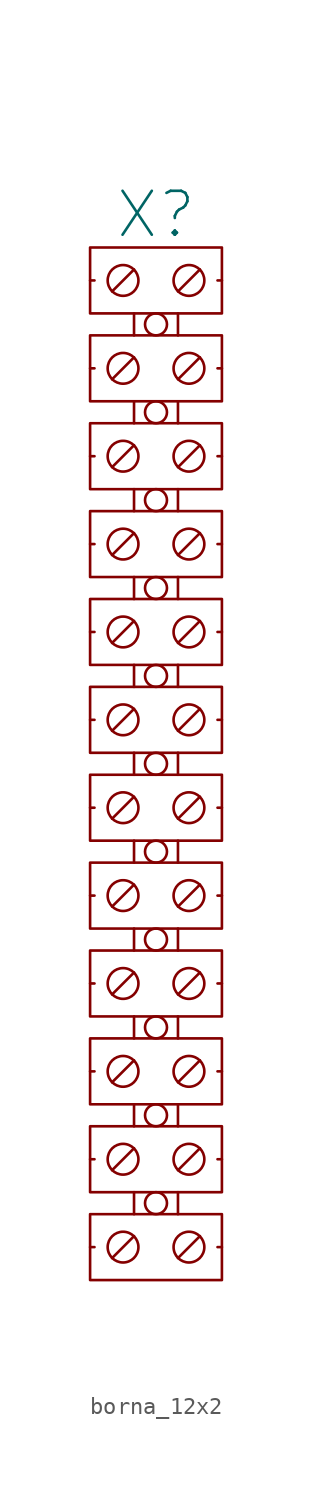
<source format=kicad_sym>
(kicad_symbol_lib
  (version 20211014)
  (generator kicad_symbol_editor)
  (symbol "borna_12x2"
    (pin_names
      (offset 1.016))
    (property "Reference" "X"
      (at 3.81 3.81 0)
      (effects (font (size 2.54 2.54))))
    (symbol "borna_12x2_0_1"
      (rectangle (start 0 -53.975) (end 7.62 -57.785) (stroke (width 0) (type default) (color 0 0 0 0)) (fill (type none)))
      (rectangle (start 0 -48.895) (end 7.62 -52.705) (stroke (width 0) (type default) (color 0 0 0 0)) (fill (type none)))
      (rectangle (start 0 -43.815) (end 7.62 -47.625) (stroke (width 0) (type default) (color 0 0 0 0)) (fill (type none)))
      (rectangle (start 0 -38.735) (end 7.62 -42.545) (stroke (width 0) (type default) (color 0 0 0 0)) (fill (type none)))
      (rectangle (start 0 -33.655) (end 7.62 -37.465) (stroke (width 0) (type default) (color 0 0 0 0)) (fill (type none)))
      (rectangle (start 0 -28.575) (end 7.62 -32.385) (stroke (width 0) (type default) (color 0 0 0 0)) (fill (type none)))
      (rectangle (start 0 -23.495) (end 7.62 -27.305) (stroke (width 0) (type default) (color 0 0 0 0)) (fill (type none)))
      (rectangle (start 0 -18.415) (end 7.62 -22.225) (stroke (width 0) (type default) (color 0 0 0 0)) (fill (type none)))
      (rectangle (start 0 -13.335) (end 7.62 -17.145) (stroke (width 0) (type default) (color 0 0 0 0)) (fill (type none)))
      (rectangle (start 0 -8.255) (end 7.62 -12.065) (stroke (width 0) (type default) (color 0 0 0 0)) (fill (type none)))
      (rectangle (start 0 -3.175) (end 7.62 -6.985) (stroke (width 0) (type default) (color 0 0 0 0)) (fill (type none)))
      (polyline (pts (xy 1.27 -56.515) (xy 2.54 -55.245)) (stroke (width 0) (type default) (color 0 0 0 0)) (fill (type none)))
      (polyline (pts (xy 1.27 -51.435) (xy 2.54 -50.165)) (stroke (width 0) (type default) (color 0 0 0 0)) (fill (type none)))
      (polyline (pts (xy 1.27 -46.355) (xy 2.54 -45.085)) (stroke (width 0) (type default) (color 0 0 0 0)) (fill (type none)))
      (polyline (pts (xy 1.27 -41.275) (xy 2.54 -40.005)) (stroke (width 0) (type default) (color 0 0 0 0)) (fill (type none)))
      (polyline (pts (xy 1.27 -36.195) (xy 2.54 -34.925)) (stroke (width 0) (type default) (color 0 0 0 0)) (fill (type none)))
      (polyline (pts (xy 1.27 -31.115) (xy 2.54 -29.845)) (stroke (width 0) (type default) (color 0 0 0 0)) (fill (type none)))
      (polyline (pts (xy 1.27 -26.035) (xy 2.54 -24.765)) (stroke (width 0) (type default) (color 0 0 0 0)) (fill (type none)))
      (polyline (pts (xy 1.27 -20.955) (xy 2.54 -19.685)) (stroke (width 0) (type default) (color 0 0 0 0)) (fill (type none)))
      (polyline (pts (xy 1.27 -15.875) (xy 2.54 -14.605)) (stroke (width 0) (type default) (color 0 0 0 0)) (fill (type none)))
      (polyline (pts (xy 1.27 -10.795) (xy 2.54 -9.525)) (stroke (width 0) (type default) (color 0 0 0 0)) (fill (type none)))
      (polyline (pts (xy 1.27 -5.715) (xy 2.54 -4.445)) (stroke (width 0) (type default) (color 0 0 0 0)) (fill (type none)))
      (polyline (pts (xy 1.27 -0.635) (xy 2.54 0.635)) (stroke (width 0) (type default) (color 0 0 0 0)) (fill (type none)))
      (polyline (pts (xy 2.54 -53.975) (xy 2.54 -52.705)) (stroke (width 0) (type default) (color 0 0 0 0)) (fill (type none)))
      (polyline (pts (xy 2.54 -48.895) (xy 2.54 -47.625)) (stroke (width 0) (type default) (color 0 0 0 0)) (fill (type none)))
      (polyline (pts (xy 2.54 -43.815) (xy 2.54 -42.545)) (stroke (width 0) (type default) (color 0 0 0 0)) (fill (type none)))
      (polyline (pts (xy 2.54 -38.735) (xy 2.54 -37.465)) (stroke (width 0) (type default) (color 0 0 0 0)) (fill (type none)))
      (polyline (pts (xy 2.54 -33.655) (xy 2.54 -32.385)) (stroke (width 0) (type default) (color 0 0 0 0)) (fill (type none)))
      (polyline (pts (xy 2.54 -28.575) (xy 2.54 -27.305)) (stroke (width 0) (type default) (color 0 0 0 0)) (fill (type none)))
      (polyline (pts (xy 2.54 -23.495) (xy 2.54 -22.225)) (stroke (width 0) (type default) (color 0 0 0 0)) (fill (type none)))
      (polyline (pts (xy 2.54 -18.415) (xy 2.54 -17.145)) (stroke (width 0) (type default) (color 0 0 0 0)) (fill (type none)))
      (polyline (pts (xy 2.54 -13.335) (xy 2.54 -12.065)) (stroke (width 0) (type default) (color 0 0 0 0)) (fill (type none)))
      (polyline (pts (xy 2.54 -8.255) (xy 2.54 -6.985)) (stroke (width 0) (type default) (color 0 0 0 0)) (fill (type none)))
      (polyline (pts (xy 2.54 -3.175) (xy 2.54 -1.905)) (stroke (width 0) (type default) (color 0 0 0 0)) (fill (type none)))
      (polyline (pts (xy 5.08 -56.515) (xy 6.35 -55.245)) (stroke (width 0) (type default) (color 0 0 0 0)) (fill (type none)))
      (polyline (pts (xy 5.08 -53.975) (xy 5.08 -52.705)) (stroke (width 0) (type default) (color 0 0 0 0)) (fill (type none)))
      (polyline (pts (xy 5.08 -51.435) (xy 6.35 -50.165)) (stroke (width 0) (type default) (color 0 0 0 0)) (fill (type none)))
      (polyline (pts (xy 5.08 -48.895) (xy 5.08 -47.625)) (stroke (width 0) (type default) (color 0 0 0 0)) (fill (type none)))
      (polyline (pts (xy 5.08 -46.355) (xy 6.35 -45.085)) (stroke (width 0) (type default) (color 0 0 0 0)) (fill (type none)))
      (polyline (pts (xy 5.08 -43.815) (xy 5.08 -42.545)) (stroke (width 0) (type default) (color 0 0 0 0)) (fill (type none)))
      (polyline (pts (xy 5.08 -41.275) (xy 6.35 -40.005)) (stroke (width 0) (type default) (color 0 0 0 0)) (fill (type none)))
      (polyline (pts (xy 5.08 -38.735) (xy 5.08 -37.465)) (stroke (width 0) (type default) (color 0 0 0 0)) (fill (type none)))
      (polyline (pts (xy 5.08 -36.195) (xy 6.35 -34.925)) (stroke (width 0) (type default) (color 0 0 0 0)) (fill (type none)))
      (polyline (pts (xy 5.08 -33.655) (xy 5.08 -32.385)) (stroke (width 0) (type default) (color 0 0 0 0)) (fill (type none)))
      (polyline (pts (xy 5.08 -31.115) (xy 6.35 -29.845)) (stroke (width 0) (type default) (color 0 0 0 0)) (fill (type none)))
      (polyline (pts (xy 5.08 -28.575) (xy 5.08 -27.305)) (stroke (width 0) (type default) (color 0 0 0 0)) (fill (type none)))
      (polyline (pts (xy 5.08 -26.035) (xy 6.35 -24.765)) (stroke (width 0) (type default) (color 0 0 0 0)) (fill (type none)))
      (polyline (pts (xy 5.08 -23.495) (xy 5.08 -22.225)) (stroke (width 0) (type default) (color 0 0 0 0)) (fill (type none)))
      (polyline (pts (xy 5.08 -20.955) (xy 6.35 -19.685)) (stroke (width 0) (type default) (color 0 0 0 0)) (fill (type none)))
      (polyline (pts (xy 5.08 -18.415) (xy 5.08 -17.145)) (stroke (width 0) (type default) (color 0 0 0 0)) (fill (type none)))
      (polyline (pts (xy 5.08 -15.875) (xy 6.35 -14.605)) (stroke (width 0) (type default) (color 0 0 0 0)) (fill (type none)))
      (polyline (pts (xy 5.08 -13.335) (xy 5.08 -12.065)) (stroke (width 0) (type default) (color 0 0 0 0)) (fill (type none)))
      (polyline (pts (xy 5.08 -10.795) (xy 6.35 -9.525)) (stroke (width 0) (type default) (color 0 0 0 0)) (fill (type none)))
      (polyline (pts (xy 5.08 -8.255) (xy 5.08 -6.985)) (stroke (width 0) (type default) (color 0 0 0 0)) (fill (type none)))
      (polyline (pts (xy 5.08 -5.715) (xy 6.35 -4.445)) (stroke (width 0) (type default) (color 0 0 0 0)) (fill (type none)))
      (polyline (pts (xy 5.08 -3.175) (xy 5.08 -1.905)) (stroke (width 0) (type default) (color 0 0 0 0)) (fill (type none)))
      (polyline (pts (xy 5.08 -0.635) (xy 6.35 0.635)) (stroke (width 0) (type default) (color 0 0 0 0)) (fill (type none)))
      (rectangle (start 0 1.905) (end 7.62 -1.905) (stroke (width 0) (type default) (color 0 0 0 0)) (fill (type none)))
      (circle (center 1.905 -55.88) (radius 0.889) (stroke (width 0) (type default) (color 0 0 0 0)) (fill (type none)))
      (circle (center 1.905 -50.8) (radius 0.889) (stroke (width 0) (type default) (color 0 0 0 0)) (fill (type none)))
      (circle (center 1.905 -45.72) (radius 0.889) (stroke (width 0) (type default) (color 0 0 0 0)) (fill (type none)))
      (circle (center 1.905 -40.64) (radius 0.889) (stroke (width 0) (type default) (color 0 0 0 0)) (fill (type none)))
      (circle (center 1.905 -35.56) (radius 0.889) (stroke (width 0) (type default) (color 0 0 0 0)) (fill (type none)))
      (circle (center 1.905 -30.48) (radius 0.889) (stroke (width 0) (type default) (color 0 0 0 0)) (fill (type none)))
      (circle (center 1.905 -25.4) (radius 0.889) (stroke (width 0) (type default) (color 0 0 0 0)) (fill (type none)))
      (circle (center 1.905 -20.32) (radius 0.889) (stroke (width 0) (type default) (color 0 0 0 0)) (fill (type none)))
      (circle (center 1.905 -15.24) (radius 0.889) (stroke (width 0) (type default) (color 0 0 0 0)) (fill (type none)))
      (circle (center 1.905 -10.16) (radius 0.889) (stroke (width 0) (type default) (color 0 0 0 0)) (fill (type none)))
      (circle (center 1.905 -5.08) (radius 0.889) (stroke (width 0) (type default) (color 0 0 0 0)) (fill (type none)))
      (circle (center 1.905 0) (radius 0.889) (stroke (width 0) (type default) (color 0 0 0 0)) (fill (type none)))
      (circle (center 3.81 -53.34) (radius 0.635) (stroke (width 0) (type default) (color 0 0 0 0)) (fill (type none)))
      (circle (center 3.81 -48.26) (radius 0.635) (stroke (width 0) (type default) (color 0 0 0 0)) (fill (type none)))
      (circle (center 3.81 -43.18) (radius 0.635) (stroke (width 0) (type default) (color 0 0 0 0)) (fill (type none)))
      (circle (center 3.81 -38.1) (radius 0.635) (stroke (width 0) (type default) (color 0 0 0 0)) (fill (type none)))
      (circle (center 3.81 -33.02) (radius 0.635) (stroke (width 0) (type default) (color 0 0 0 0)) (fill (type none)))
      (circle (center 3.81 -27.94) (radius 0.635) (stroke (width 0) (type default) (color 0 0 0 0)) (fill (type none)))
      (circle (center 3.81 -22.86) (radius 0.635) (stroke (width 0) (type default) (color 0 0 0 0)) (fill (type none)))
      (circle (center 3.81 -17.78) (radius 0.635) (stroke (width 0) (type default) (color 0 0 0 0)) (fill (type none)))
      (circle (center 3.81 -12.7) (radius 0.635) (stroke (width 0) (type default) (color 0 0 0 0)) (fill (type none)))
      (circle (center 3.81 -7.62) (radius 0.635) (stroke (width 0) (type default) (color 0 0 0 0)) (fill (type none)))
      (circle (center 3.81 -2.54) (radius 0.635) (stroke (width 0) (type default) (color 0 0 0 0)) (fill (type none)))
      (circle (center 5.715 -55.88) (radius 0.889) (stroke (width 0) (type default) (color 0 0 0 0)) (fill (type none)))
      (circle (center 5.715 -50.8) (radius 0.889) (stroke (width 0) (type default) (color 0 0 0 0)) (fill (type none)))
      (circle (center 5.715 -45.72) (radius 0.889) (stroke (width 0) (type default) (color 0 0 0 0)) (fill (type none)))
      (circle (center 5.715 -40.64) (radius 0.889) (stroke (width 0) (type default) (color 0 0 0 0)) (fill (type none)))
      (circle (center 5.715 -35.56) (radius 0.889) (stroke (width 0) (type default) (color 0 0 0 0)) (fill (type none)))
      (circle (center 5.715 -30.48) (radius 0.889) (stroke (width 0) (type default) (color 0 0 0 0)) (fill (type none)))
      (circle (center 5.715 -25.4) (radius 0.889) (stroke (width 0) (type default) (color 0 0 0 0)) (fill (type none)))
      (circle (center 5.715 -20.32) (radius 0.889) (stroke (width 0) (type default) (color 0 0 0 0)) (fill (type none)))
      (circle (center 5.715 -15.24) (radius 0.889) (stroke (width 0) (type default) (color 0 0 0 0)) (fill (type none)))
      (circle (center 5.715 -10.16) (radius 0.889) (stroke (width 0) (type default) (color 0 0 0 0)) (fill (type none)))
      (circle (center 5.715 -5.08) (radius 0.889) (stroke (width 0) (type default) (color 0 0 0 0)) (fill (type none)))
      (circle (center 5.715 0) (radius 0.889) (stroke (width 0) (type default) (color 0 0 0 0)) (fill (type none))))
    (symbol "borna_12x2_1_1"
      (pin input line (at 0 -55.88 0) (length 0.254) (name "~" (effects (font (size 1.27 1.27)))) (number "~" (effects (font (size 1.143 1.143)))))
      (pin input line (at 0 -50.8 0) (length 0.254) (name "~" (effects (font (size 1.27 1.27)))) (number "~" (effects (font (size 1.143 1.143)))))
      (pin input line (at 0 -45.72 0) (length 0.254) (name "~" (effects (font (size 1.27 1.27)))) (number "~" (effects (font (size 1.143 1.143)))))
      (pin input line (at 0 -40.64 0) (length 0.254) (name "~" (effects (font (size 1.27 1.27)))) (number "~" (effects (font (size 1.143 1.143)))))
      (pin input line (at 0 -35.56 0) (length 0.254) (name "~" (effects (font (size 1.27 1.27)))) (number "~" (effects (font (size 1.143 1.143)))))
      (pin input line (at 0 -30.48 0) (length 0.254) (name "~" (effects (font (size 1.27 1.27)))) (number "~" (effects (font (size 1.143 1.143)))))
      (pin input line (at 0 -25.4 0) (length 0.254) (name "~" (effects (font (size 1.27 1.27)))) (number "~" (effects (font (size 1.143 1.143)))))
      (pin input line (at 0 -20.32 0) (length 0.254) (name "~" (effects (font (size 1.27 1.27)))) (number "~" (effects (font (size 1.143 1.143)))))
      (pin input line (at 0 -15.24 0) (length 0.254) (name "~" (effects (font (size 1.27 1.27)))) (number "~" (effects (font (size 1.143 1.143)))))
      (pin input line (at 0 -10.16 0) (length 0.254) (name "~" (effects (font (size 1.27 1.27)))) (number "~" (effects (font (size 1.143 1.143)))))
      (pin input line (at 0 -5.08 0) (length 0.254) (name "~" (effects (font (size 1.27 1.27)))) (number "~" (effects (font (size 1.143 1.143)))))
      (pin input line (at 0 0 0) (length 0.254) (name "~" (effects (font (size 1.27 1.27)))) (number "~" (effects (font (size 1.143 1.143)))))
      (pin input line (at 7.62 -55.88 180) (length 0.254) (name "~" (effects (font (size 1.27 1.27)))) (number "~" (effects (font (size 1.143 1.143)))))
      (pin input line (at 7.62 -50.8 180) (length 0.254) (name "~" (effects (font (size 1.27 1.27)))) (number "~" (effects (font (size 1.143 1.143)))))
      (pin input line (at 7.62 -45.72 180) (length 0.254) (name "~" (effects (font (size 1.27 1.27)))) (number "~" (effects (font (size 1.143 1.143)))))
      (pin input line (at 7.62 -40.64 180) (length 0.254) (name "~" (effects (font (size 1.27 1.27)))) (number "~" (effects (font (size 1.143 1.143)))))
      (pin input line (at 7.62 -35.56 180) (length 0.254) (name "~" (effects (font (size 1.27 1.27)))) (number "~" (effects (font (size 1.143 1.143)))))
      (pin input line (at 7.62 -30.48 180) (length 0.254) (name "~" (effects (font (size 1.27 1.27)))) (number "~" (effects (font (size 1.143 1.143)))))
      (pin input line (at 7.62 -25.4 180) (length 0.254) (name "~" (effects (font (size 1.27 1.27)))) (number "~" (effects (font (size 1.143 1.143)))))
      (pin input line (at 7.62 -20.32 180) (length 0.254) (name "~" (effects (font (size 1.27 1.27)))) (number "~" (effects (font (size 1.143 1.143)))))
      (pin input line (at 7.62 -15.24 180) (length 0.254) (name "~" (effects (font (size 1.27 1.27)))) (number "~" (effects (font (size 1.143 1.143)))))
      (pin input line (at 7.62 -10.16 180) (length 0.254) (name "~" (effects (font (size 1.27 1.27)))) (number "~" (effects (font (size 1.143 1.143)))))
      (pin input line (at 7.62 -5.08 180) (length 0.254) (name "~" (effects (font (size 1.27 1.27)))) (number "~" (effects (font (size 1.143 1.143)))))
      (pin input line (at 7.62 0 180) (length 0.254) (name "~" (effects (font (size 1.27 1.27)))) (number "~" (effects (font (size 1.143 1.143))))))))
</source>
